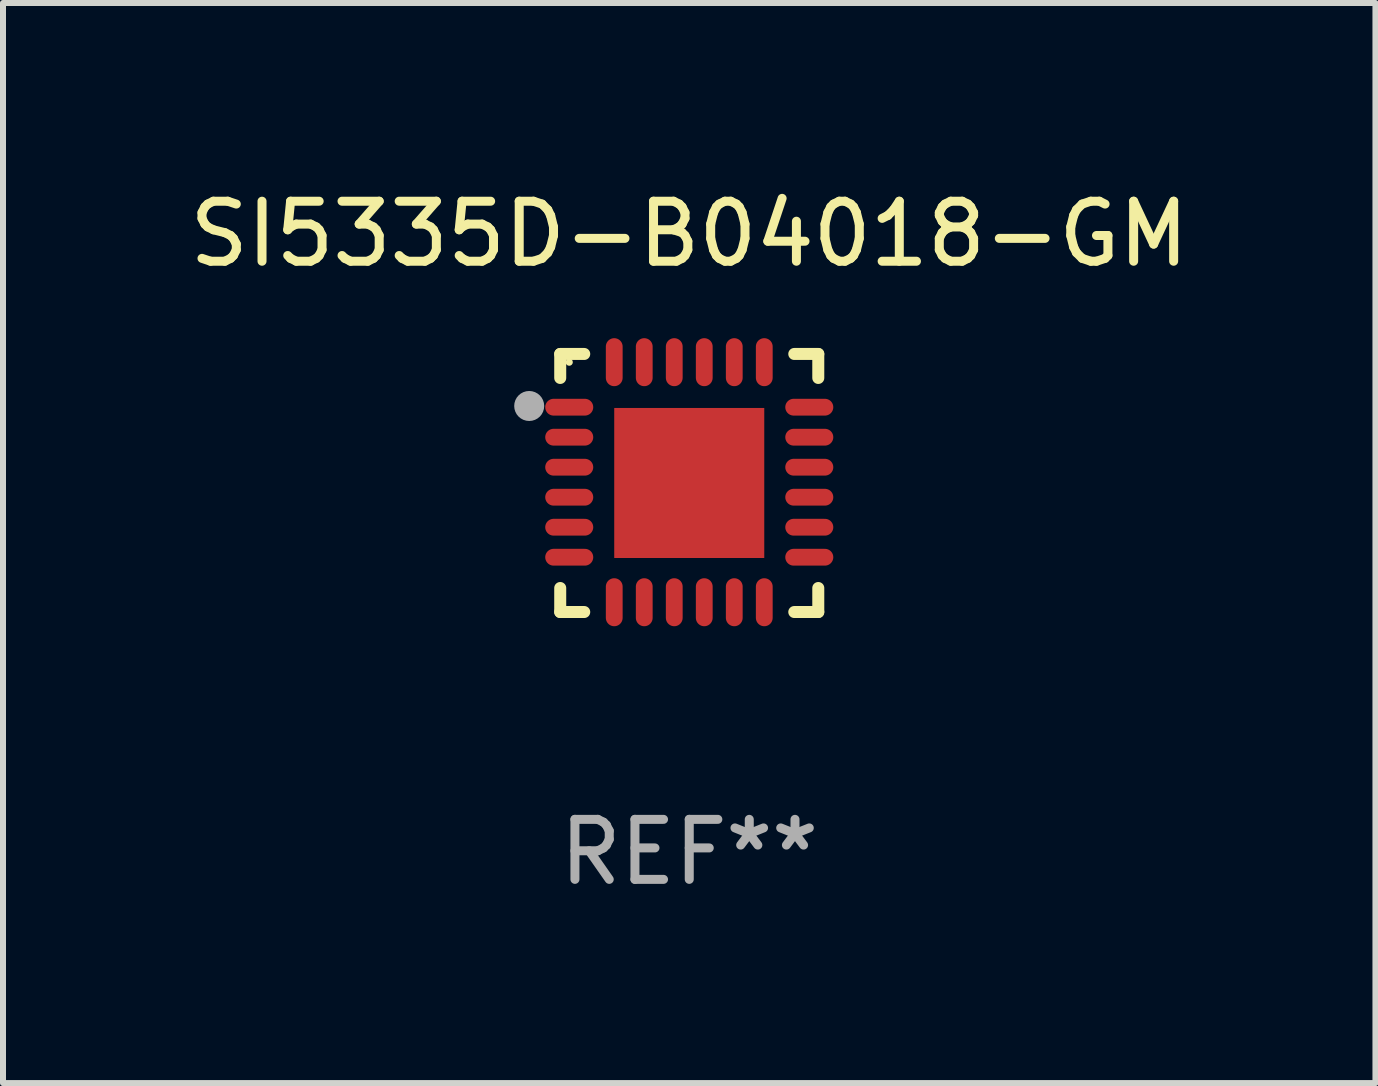
<source format=kicad_pcb>
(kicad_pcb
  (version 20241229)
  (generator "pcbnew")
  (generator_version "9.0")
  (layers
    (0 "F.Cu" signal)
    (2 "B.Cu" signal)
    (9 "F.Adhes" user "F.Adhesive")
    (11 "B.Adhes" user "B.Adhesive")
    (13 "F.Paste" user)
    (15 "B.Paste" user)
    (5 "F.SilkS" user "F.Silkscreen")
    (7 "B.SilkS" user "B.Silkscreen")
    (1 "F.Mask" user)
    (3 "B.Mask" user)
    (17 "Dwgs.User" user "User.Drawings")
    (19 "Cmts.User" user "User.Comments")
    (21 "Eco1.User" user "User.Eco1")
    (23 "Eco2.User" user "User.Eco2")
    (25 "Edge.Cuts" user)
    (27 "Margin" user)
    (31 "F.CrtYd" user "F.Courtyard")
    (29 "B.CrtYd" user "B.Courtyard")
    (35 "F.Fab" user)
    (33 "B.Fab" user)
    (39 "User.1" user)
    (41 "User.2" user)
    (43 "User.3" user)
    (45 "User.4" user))
  (footprint "SI5335D-B04018-GM"
    (layer "F.Cu")
    (at 8.435 4.998)
    (property "Reference" "SI5335D-B04018-GM" (at 0 -4.15 0) (layer "F.SilkS") (effects (font (size 1 1) (thickness 0.15))))
    (attr through_hole)
    (fp_line (start -2.15 -2.15) (end -1.75 -2.15) (stroke (width 0.2) (type solid)) (layer "F.SilkS"))
    (fp_line (start -2.15 -1.75) (end -2.15 -2.15) (stroke (width 0.2) (type solid)) (layer "F.SilkS"))
    (fp_line (start -2.15 2.15) (end -2.15 1.75) (stroke (width 0.2) (type solid)) (layer "F.SilkS"))
    (fp_line (start -1.75 2.15) (end -2.15 2.15) (stroke (width 0.2) (type solid)) (layer "F.SilkS"))
    (fp_line (start 1.75 -2.15) (end 2.15 -2.15) (stroke (width 0.2) (type solid)) (layer "F.SilkS"))
    (fp_line (start 1.75 2.15) (end 2.15 2.15) (stroke (width 0.2) (type solid)) (layer "F.SilkS"))
    (fp_line (start 2.15 -2.15) (end 2.15 -1.75) (stroke (width 0.2) (type solid)) (layer "F.SilkS"))
    (fp_line (start 2.15 2.15) (end 2.15 1.75) (stroke (width 0.2) (type solid)) (layer "F.SilkS"))
    (fp_circle (center -2 -2.013) (end -1.97 -2.013) (stroke (width 0.06) (type solid)) (fill no) (layer "F.SilkS"))
    (fp_circle (center -2.667 -1.283) (end -2.542 -1.283) (stroke (width 0.25) (type solid)) (fill no) (layer "F.Fab"))
    (fp_text user "REF**" (at 0 6.15 0) (layer "F.Fab") (effects (font (size 1 1) (thickness 0.15))))
    (pad "1" smd oval (at -2 -1.263) (size 0.8 0.28) (layers "F.Cu" "F.Mask" "F.Paste"))
    (pad "2" smd oval (at -2 -0.763) (size 0.8 0.28) (layers "F.Cu" "F.Mask" "F.Paste"))
    (pad "3" smd oval (at -2 -0.263) (size 0.8 0.28) (layers "F.Cu" "F.Mask" "F.Paste"))
    (pad "4" smd oval (at -2 0.237) (size 0.8 0.28) (layers "F.Cu" "F.Mask" "F.Paste"))
    (pad "5" smd oval (at -2 0.737) (size 0.8 0.28) (layers "F.Cu" "F.Mask" "F.Paste"))
    (pad "6" smd oval (at -2 1.237) (size 0.8 0.28) (layers "F.Cu" "F.Mask" "F.Paste"))
    (pad "7" smd oval (at -1.25 1.987) (size 0.28 0.8) (layers "F.Cu" "F.Mask" "F.Paste"))
    (pad "8" smd oval (at -0.75 1.987) (size 0.28 0.8) (layers "F.Cu" "F.Mask" "F.Paste"))
    (pad "9" smd oval (at -0.25 1.987) (size 0.28 0.8) (layers "F.Cu" "F.Mask" "F.Paste"))
    (pad "10" smd oval (at 0.25 1.987) (size 0.28 0.8) (layers "F.Cu" "F.Mask" "F.Paste"))
    (pad "11" smd oval (at 0.75 1.987) (size 0.28 0.8) (layers "F.Cu" "F.Mask" "F.Paste"))
    (pad "12" smd oval (at 1.25 1.987) (size 0.28 0.8) (layers "F.Cu" "F.Mask" "F.Paste"))
    (pad "13" smd oval (at 2 1.237) (size 0.8 0.28) (layers "F.Cu" "F.Mask" "F.Paste"))
    (pad "14" smd oval (at 2 0.737) (size 0.8 0.28) (layers "F.Cu" "F.Mask" "F.Paste"))
    (pad "15" smd oval (at 2 0.237) (size 0.8 0.28) (layers "F.Cu" "F.Mask" "F.Paste"))
    (pad "16" smd oval (at 2 -0.263) (size 0.8 0.28) (layers "F.Cu" "F.Mask" "F.Paste"))
    (pad "17" smd oval (at 2 -0.763) (size 0.8 0.28) (layers "F.Cu" "F.Mask" "F.Paste"))
    (pad "18" smd oval (at 2 -1.263) (size 0.8 0.28) (layers "F.Cu" "F.Mask" "F.Paste"))
    (pad "19" smd oval (at 1.25 -2.013) (size 0.28 0.8) (layers "F.Cu" "F.Mask" "F.Paste"))
    (pad "20" smd oval (at 0.75 -2.013) (size 0.28 0.8) (layers "F.Cu" "F.Mask" "F.Paste"))
    (pad "21" smd oval (at 0.25 -2.013) (size 0.28 0.8) (layers "F.Cu" "F.Mask" "F.Paste"))
    (pad "22" smd oval (at -0.25 -2.013) (size 0.28 0.8) (layers "F.Cu" "F.Mask" "F.Paste"))
    (pad "23" smd oval (at -0.75 -2.013) (size 0.28 0.8) (layers "F.Cu" "F.Mask" "F.Paste"))
    (pad "24" smd oval (at -1.25 -2.013) (size 0.28 0.8) (layers "F.Cu" "F.Mask" "F.Paste"))
    (pad "25" smd rect (at -0.000127 -0.00014) (size 2.5 2.5) (layers "F.Cu" "F.Mask" "F.Paste")))
  (gr_rect
    (start -3 -3)
    (end 19.869 14.997)
    (stroke (width 0.1) (type default))
    (fill no)
    (layer "Edge.Cuts")))
</source>
